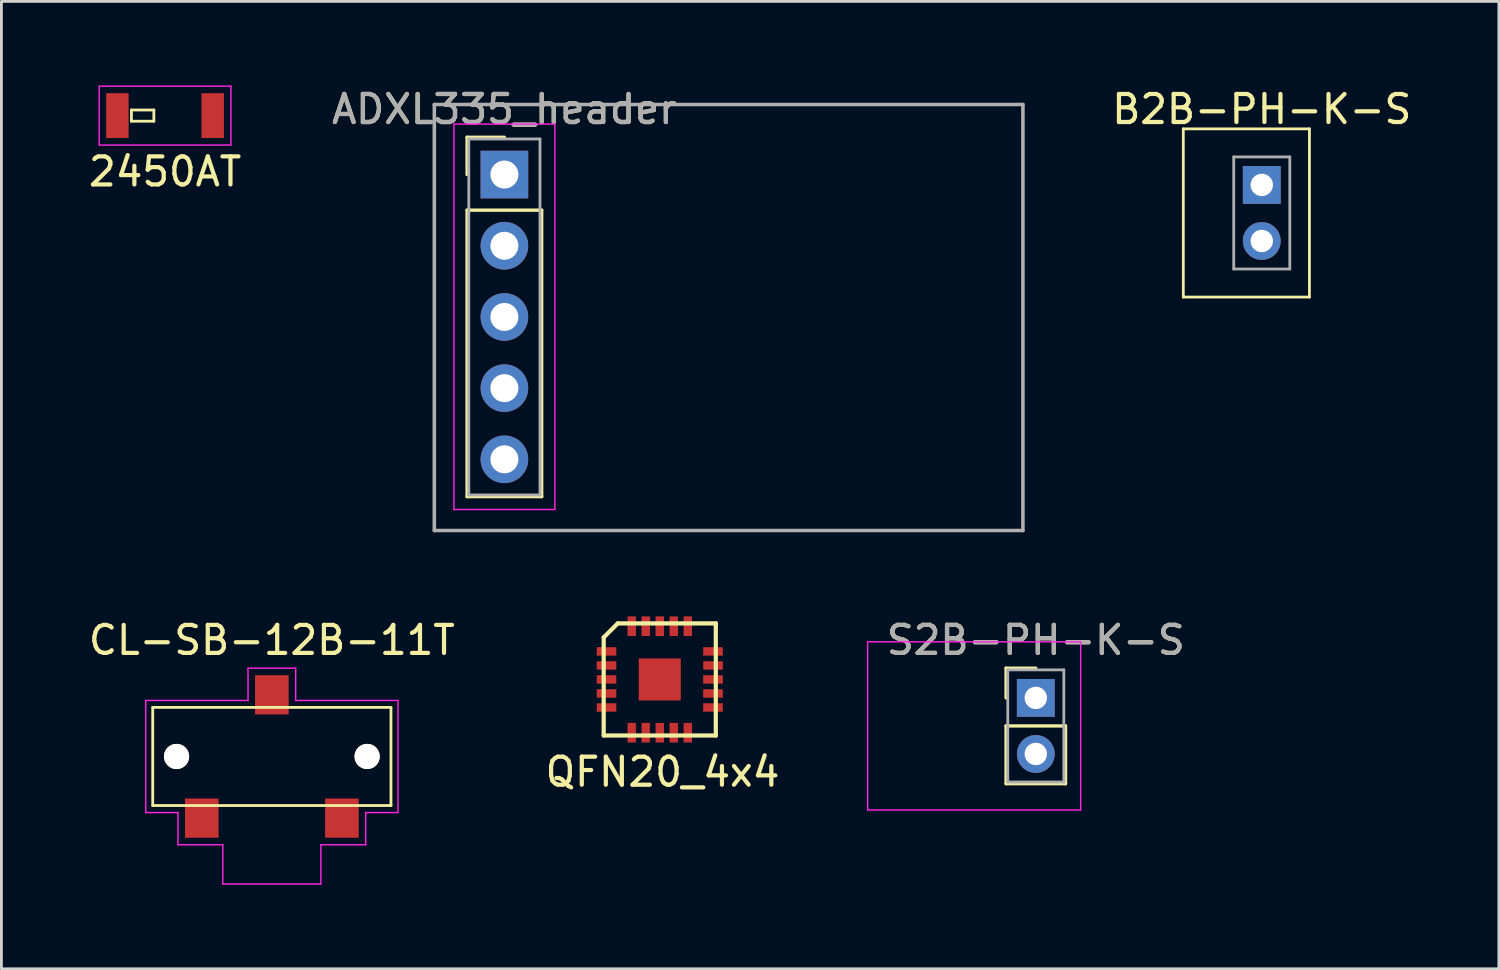
<source format=kicad_pcb>
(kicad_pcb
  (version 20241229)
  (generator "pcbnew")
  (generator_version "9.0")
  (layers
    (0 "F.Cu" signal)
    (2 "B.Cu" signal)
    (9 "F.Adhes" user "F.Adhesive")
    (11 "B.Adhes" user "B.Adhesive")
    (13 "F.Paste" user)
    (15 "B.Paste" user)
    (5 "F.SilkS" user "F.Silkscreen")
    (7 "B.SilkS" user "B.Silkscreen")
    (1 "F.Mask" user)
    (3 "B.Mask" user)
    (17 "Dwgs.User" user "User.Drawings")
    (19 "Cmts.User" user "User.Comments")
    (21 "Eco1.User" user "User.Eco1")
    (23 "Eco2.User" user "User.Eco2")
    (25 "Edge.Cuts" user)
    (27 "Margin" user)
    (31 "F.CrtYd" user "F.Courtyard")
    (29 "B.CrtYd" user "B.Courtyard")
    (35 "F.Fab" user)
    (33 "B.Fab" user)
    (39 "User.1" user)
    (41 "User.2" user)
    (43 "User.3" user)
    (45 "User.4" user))
  (footprint "S2B-PH-K-S"
    (layer "F.Cu")
    (at 33.906 21.85)
    (property "Reference" "S2B-PH-K-S" (at 0 -2.06 0) (layer "F.SilkS") (effects (font (size 1 1) (thickness 0.15))))
    (attr through_hole)
    (fp_line (start -1.06 -1.06) (end 0 -1.06) (stroke (width 0.12) (type solid)) (layer "F.SilkS"))
    (fp_line (start -1.06 0) (end -1.06 -1.06) (stroke (width 0.12) (type solid)) (layer "F.SilkS"))
    (fp_line (start -1.06 1) (end -1.06 3.06) (stroke (width 0.12) (type solid)) (layer "F.SilkS"))
    (fp_line (start -1.06 3.06) (end 1.06 3.06) (stroke (width 0.12) (type solid)) (layer "F.SilkS"))
    (fp_line (start 1.06 1) (end -1.06 1) (stroke (width 0.12) (type solid)) (layer "F.SilkS"))
    (fp_line (start 1.06 3.06) (end 1.06 1) (stroke (width 0.12) (type solid)) (layer "F.SilkS"))
    (fp_line (start -6 -2) (end -6 4) (stroke (width 0.05) (type solid)) (layer "F.CrtYd"))
    (fp_line (start -6 4) (end 1.6 4) (stroke (width 0.05) (type solid)) (layer "F.CrtYd"))
    (fp_line (start 1.6 -2) (end -6 -2) (stroke (width 0.05) (type solid)) (layer "F.CrtYd"))
    (fp_line (start 1.6 4) (end 1.6 -2) (stroke (width 0.05) (type solid)) (layer "F.CrtYd"))
    (fp_line (start -1 -1) (end -1 3) (stroke (width 0.1) (type solid)) (layer "F.Fab"))
    (fp_line (start -1 3) (end 1 3) (stroke (width 0.1) (type solid)) (layer "F.Fab"))
    (fp_line (start 1 -1) (end -1 -1) (stroke (width 0.1) (type solid)) (layer "F.Fab"))
    (fp_line (start 1 3) (end 1 -1) (stroke (width 0.1) (type solid)) (layer "F.Fab"))
    (fp_text user "${REFERENCE}" (at 0 -2.06 0) (layer "F.Fab") (effects (font (size 1 1) (thickness 0.15))))
    (pad "1" thru_hole rect (at 0 0) (size 1.35 1.35) (drill 0.8) (layers "*.Cu" "*.Mask"))
    (pad "2" thru_hole oval (at 0 2) (size 1.35 1.35) (drill 0.8) (layers "*.Cu" "*.Mask")))
  (footprint "CL-SB-12B-11T"
    (layer "F.Cu")
    (at 6.649 23.94)
    (property "Reference" "CL-SB-12B-11T" (at 0 -4.15 0) (layer "F.SilkS") (effects (font (size 1 1) (thickness 0.15))))
    (attr through_hole)
    (fp_line (start -4.25 -1.75) (end -4.25 1.75) (stroke (width 0.1) (type solid)) (layer "F.SilkS"))
    (fp_line (start -4.25 -1.75) (end 4.25 -1.75) (stroke (width 0.1) (type solid)) (layer "F.SilkS"))
    (fp_line (start -4.25 1.75) (end 4.25 1.75) (stroke (width 0.1) (type solid)) (layer "F.SilkS"))
    (fp_line (start 4.25 -1.75) (end 4.25 1.75) (stroke (width 0.1) (type solid)) (layer "F.SilkS"))
    (fp_line (start -4.5 -2) (end -4.5 2) (stroke (width 0.05) (type solid)) (layer "F.CrtYd"))
    (fp_line (start -3.35 2) (end -4.5 2) (stroke (width 0.05) (type solid)) (layer "F.CrtYd"))
    (fp_line (start -3.35 3.15) (end -3.35 2) (stroke (width 0.05) (type solid)) (layer "F.CrtYd"))
    (fp_line (start -3.35 3.15) (end -1.75 3.15) (stroke (width 0.05) (type solid)) (layer "F.CrtYd"))
    (fp_line (start -1.75 3.15) (end -1.75 4.55) (stroke (width 0.05) (type solid)) (layer "F.CrtYd"))
    (fp_line (start -1.75 4.55) (end 1.75 4.55) (stroke (width 0.05) (type solid)) (layer "F.CrtYd"))
    (fp_line (start -0.85 -3.15) (end -0.85 -2) (stroke (width 0.05) (type solid)) (layer "F.CrtYd"))
    (fp_line (start -0.85 -2) (end -4.5 -2) (stroke (width 0.05) (type solid)) (layer "F.CrtYd"))
    (fp_line (start 0.85 -3.15) (end -0.85 -3.15) (stroke (width 0.05) (type solid)) (layer "F.CrtYd"))
    (fp_line (start 0.85 -3.15) (end 0.85 -2) (stroke (width 0.05) (type solid)) (layer "F.CrtYd"))
    (fp_line (start 0.85 -2) (end 4.5 -2) (stroke (width 0.05) (type solid)) (layer "F.CrtYd"))
    (fp_line (start 1.75 3.15) (end 3.35 3.15) (stroke (width 0.05) (type solid)) (layer "F.CrtYd"))
    (fp_line (start 1.75 4.55) (end 1.75 3.15) (stroke (width 0.05) (type solid)) (layer "F.CrtYd"))
    (fp_line (start 3.35 2) (end 3.35 3.15) (stroke (width 0.05) (type solid)) (layer "F.CrtYd"))
    (fp_line (start 4.5 2) (end 3.35 2) (stroke (width 0.05) (type solid)) (layer "F.CrtYd"))
    (fp_line (start 4.5 2) (end 4.5 -2) (stroke (width 0.05) (type solid)) (layer "F.CrtYd"))
    (pad "" np_thru_hole circle (at -3.4 0) (size 0.9 0.9) (drill 0.9) (layers "*.Cu" "*.Mask" "F.SilkS"))
    (pad "" np_thru_hole circle (at 3.4 0) (size 0.9 0.9) (drill 0.9) (layers "*.Cu" "*.Mask" "F.SilkS"))
    (pad "1" smd rect (at -2.5 2.2) (size 1.2 1.4) (layers "F.Cu" "F.Mask" "F.Paste"))
    (pad "2" smd rect (at 0 -2.2) (size 1.2 1.4) (layers "F.Cu" "F.Mask" "F.Paste"))
    (pad "3" smd rect (at 2.5 2.2) (size 1.2 1.4) (layers "F.Cu" "F.Mask" "F.Paste")))
  (footprint "2450AT"
    (layer "F.Cu")
    (at 2.839 1.075)
    (property "Reference" "2450AT" (at 0 2 0) (layer "F.SilkS") (effects (font (size 1 1) (thickness 0.15))))
    (attr through_hole)
    (fp_line (start -1.2 -0.2) (end -1.2 0.2) (stroke (width 0.1) (type solid)) (layer "F.SilkS"))
    (fp_line (start -1.2 -0.2) (end -0.4 -0.2) (stroke (width 0.1) (type solid)) (layer "F.SilkS"))
    (fp_line (start -0.4 -0.2) (end -0.4 0.2) (stroke (width 0.1) (type solid)) (layer "F.SilkS"))
    (fp_line (start -0.4 0.2) (end -1.2 0.2) (stroke (width 0.1) (type solid)) (layer "F.SilkS"))
    (fp_line (start -2.35 -1.05) (end 2.35 -1.05) (stroke (width 0.05) (type solid)) (layer "F.CrtYd"))
    (fp_line (start -2.35 1.05) (end -2.35 -1.05) (stroke (width 0.05) (type solid)) (layer "F.CrtYd"))
    (fp_line (start 2.35 -1.05) (end 2.35 1.05) (stroke (width 0.05) (type solid)) (layer "F.CrtYd"))
    (fp_line (start 2.35 1.05) (end -2.35 1.05) (stroke (width 0.05) (type solid)) (layer "F.CrtYd"))
    (pad "1" smd rect (at -1.7 0) (size 0.8 1.6) (layers "F.Cu" "F.Mask" "F.Paste"))
    (pad "2" smd rect (at 1.7 0) (size 0.8 1.6) (layers "F.Cu" "F.Mask" "F.Paste")))
  (footprint "ADXL335_header"
    (layer "F.Cu")
    (at 14.946 3.178)
    (property "Reference" "ADXL335_header" (at 0 -2.33 0) (layer "F.SilkS") (effects (font (size 1 1) (thickness 0.15))))
    (attr through_hole)
    (fp_line (start -1.33 -1.33) (end 0 -1.33) (stroke (width 0.12) (type solid)) (layer "F.SilkS"))
    (fp_line (start -1.33 0) (end -1.33 -1.33) (stroke (width 0.12) (type solid)) (layer "F.SilkS"))
    (fp_line (start -1.33 1.27) (end -1.33 11.49) (stroke (width 0.12) (type solid)) (layer "F.SilkS"))
    (fp_line (start -1.33 11.49) (end 1.33 11.49) (stroke (width 0.12) (type solid)) (layer "F.SilkS"))
    (fp_line (start 1.33 1.27) (end -1.33 1.27) (stroke (width 0.12) (type solid)) (layer "F.SilkS"))
    (fp_line (start 1.33 11.49) (end 1.33 1.27) (stroke (width 0.12) (type solid)) (layer "F.SilkS"))
    (fp_line (start -1.8 -1.8) (end -1.8 11.95) (stroke (width 0.05) (type solid)) (layer "F.CrtYd"))
    (fp_line (start -1.8 11.95) (end 1.8 11.95) (stroke (width 0.05) (type solid)) (layer "F.CrtYd"))
    (fp_line (start 1.8 -1.8) (end -1.8 -1.8) (stroke (width 0.05) (type solid)) (layer "F.CrtYd"))
    (fp_line (start 1.8 11.95) (end 1.8 -1.8) (stroke (width 0.05) (type solid)) (layer "F.CrtYd"))
    (fp_line (start -2.5 -2.5) (end -2.5 12.7) (stroke (width 0.127) (type solid)) (layer "F.Fab"))
    (fp_line (start -2.5 12.7) (end 18.5 12.7) (stroke (width 0.127) (type solid)) (layer "F.Fab"))
    (fp_line (start -1.27 -1.27) (end -1.27 11.43) (stroke (width 0.1) (type solid)) (layer "F.Fab"))
    (fp_line (start -1.27 11.43) (end 1.27 11.43) (stroke (width 0.1) (type solid)) (layer "F.Fab"))
    (fp_line (start 1.27 -1.27) (end -1.27 -1.27) (stroke (width 0.1) (type solid)) (layer "F.Fab"))
    (fp_line (start 1.27 11.43) (end 1.27 -1.27) (stroke (width 0.1) (type solid)) (layer "F.Fab"))
    (fp_line (start 18.5 -2.5) (end -2.5 -2.5) (stroke (width 0.127) (type solid)) (layer "F.Fab"))
    (fp_line (start 18.5 12.7) (end 18.5 -2.5) (stroke (width 0.127) (type solid)) (layer "F.Fab"))
    (fp_text user "${REFERENCE}" (at 0 -2.33 0) (layer "F.Fab") (effects (font (size 1 1) (thickness 0.15))))
    (pad "1" thru_hole rect (at 0 0) (size 1.7 1.7) (drill 1) (layers "*.Cu" "*.Mask"))
    (pad "2" thru_hole oval (at 0 2.54) (size 1.7 1.7) (drill 1) (layers "*.Cu" "*.Mask"))
    (pad "3" thru_hole oval (at 0 5.08) (size 1.7 1.7) (drill 1) (layers "*.Cu" "*.Mask"))
    (pad "4" thru_hole oval (at 0 7.62) (size 1.7 1.7) (drill 1) (layers "*.Cu" "*.Mask"))
    (pad "5" thru_hole oval (at 0 10.16) (size 1.7 1.7) (drill 1) (layers "*.Cu" "*.Mask")))
  (footprint "QFN20_4x4"
    (layer "F.Cu")
    (at 20.489 21.192)
    (property "Reference" "QFN20_4x4" (at 0.1 3.3 0) (layer "F.SilkS") (effects (font (size 1 1) (thickness 0.15))))
    (attr through_hole)
    (fp_line (start -2 -1.5) (end -1.5 -2) (stroke (width 0.15) (type solid)) (layer "F.SilkS"))
    (fp_line (start -2 2) (end -2 -1.5) (stroke (width 0.15) (type solid)) (layer "F.SilkS"))
    (fp_line (start 2 -2) (end -1.5 -2) (stroke (width 0.15) (type solid)) (layer "F.SilkS"))
    (fp_line (start 2 -2) (end 2 2) (stroke (width 0.15) (type solid)) (layer "F.SilkS"))
    (fp_line (start 2 2) (end -2 2) (stroke (width 0.15) (type solid)) (layer "F.SilkS"))
    (pad "1" smd rect (at -1.9 -1) (size 0.7 0.3) (layers "F.Cu" "F.Mask" "F.Paste"))
    (pad "2" smd rect (at -1.9 -0.5) (size 0.7 0.3) (layers "F.Cu" "F.Mask" "F.Paste"))
    (pad "3" smd rect (at -1.9 0) (size 0.7 0.3) (layers "F.Cu" "F.Mask" "F.Paste"))
    (pad "4" smd rect (at -1.9 0.5) (size 0.7 0.3) (layers "F.Cu" "F.Mask" "F.Paste"))
    (pad "5" smd rect (at -1.9 1) (size 0.7 0.3) (layers "F.Cu" "F.Mask" "F.Paste"))
    (pad "6" smd rect (at -1 1.9 90) (size 0.7 0.3) (layers "F.Cu" "F.Mask" "F.Paste"))
    (pad "7" smd rect (at -0.5 1.9 90) (size 0.7 0.3) (layers "F.Cu" "F.Mask" "F.Paste"))
    (pad "8" smd rect (at 0 1.9 90) (size 0.7 0.3) (layers "F.Cu" "F.Mask" "F.Paste"))
    (pad "9" smd rect (at 0.5 1.9 90) (size 0.7 0.3) (layers "F.Cu" "F.Mask" "F.Paste"))
    (pad "10" smd rect (at 1 1.9 90) (size 0.7 0.3) (layers "F.Cu" "F.Mask" "F.Paste"))
    (pad "11" smd rect (at 1.9 1 180) (size 0.7 0.3) (layers "F.Cu" "F.Mask" "F.Paste"))
    (pad "12" smd rect (at 1.9 0.5 180) (size 0.7 0.3) (layers "F.Cu" "F.Mask" "F.Paste"))
    (pad "13" smd rect (at 1.9 0 180) (size 0.7 0.3) (layers "F.Cu" "F.Mask" "F.Paste"))
    (pad "14" smd rect (at 1.9 -0.5 180) (size 0.7 0.3) (layers "F.Cu" "F.Mask" "F.Paste"))
    (pad "15" smd rect (at 1.9 -1 180) (size 0.7 0.3) (layers "F.Cu" "F.Mask" "F.Paste"))
    (pad "16" smd rect (at 1 -1.9 270) (size 0.7 0.3) (layers "F.Cu" "F.Mask" "F.Paste"))
    (pad "17" smd rect (at 0.5 -1.9 270) (size 0.7 0.3) (layers "F.Cu" "F.Mask" "F.Paste"))
    (pad "18" smd rect (at 0 -1.9 270) (size 0.7 0.3) (layers "F.Cu" "F.Mask" "F.Paste"))
    (pad "19" smd rect (at -0.5 -1.9 270) (size 0.7 0.3) (layers "F.Cu" "F.Mask" "F.Paste"))
    (pad "20" smd rect (at -1 -1.9 270) (size 0.7 0.3) (layers "F.Cu" "F.Mask" "F.Paste"))
    (pad "21" smd rect (at 0 0) (size 1.5 1.5) (layers "F.Cu" "F.Mask" "F.Paste")))
  (footprint "B2B-PH-K-S"
    (layer "F.Cu")
    (at 41.968 3.548)
    (property "Reference" "B2B-PH-K-S" (at 0 -2.7 0) (layer "F.SilkS") (effects (font (size 1 1) (thickness 0.15))))
    (attr through_hole)
    (fp_line (start -2.8 -2) (end -2.8 4) (stroke (width 0.1) (type solid)) (layer "F.SilkS"))
    (fp_line (start -2.8 4) (end 1.7 4) (stroke (width 0.1) (type solid)) (layer "F.SilkS"))
    (fp_line (start 1.7 -2) (end -2.8 -2) (stroke (width 0.1) (type solid)) (layer "F.SilkS"))
    (fp_line (start 1.7 4) (end 1.7 -2) (stroke (width 0.1) (type solid)) (layer "F.SilkS"))
    (fp_line (start -1 -1) (end -1 3) (stroke (width 0.1) (type solid)) (layer "F.Fab"))
    (fp_line (start -1 3) (end 1 3) (stroke (width 0.1) (type solid)) (layer "F.Fab"))
    (fp_line (start 1 -1) (end -1 -1) (stroke (width 0.1) (type solid)) (layer "F.Fab"))
    (fp_line (start 1 3) (end 1 -1) (stroke (width 0.1) (type solid)) (layer "F.Fab"))
    (pad "1" thru_hole rect (at 0 0) (size 1.35 1.35) (drill 0.8) (layers "*.Cu" "*.Mask"))
    (pad "2" thru_hole oval (at 0 2) (size 1.35 1.35) (drill 0.8) (layers "*.Cu" "*.Mask")))
  (gr_rect
    (start -3 -3)
    (end 50.427 31.515)
    (stroke (width 0.1) (type default))
    (fill no)
    (layer "Edge.Cuts")))
</source>
